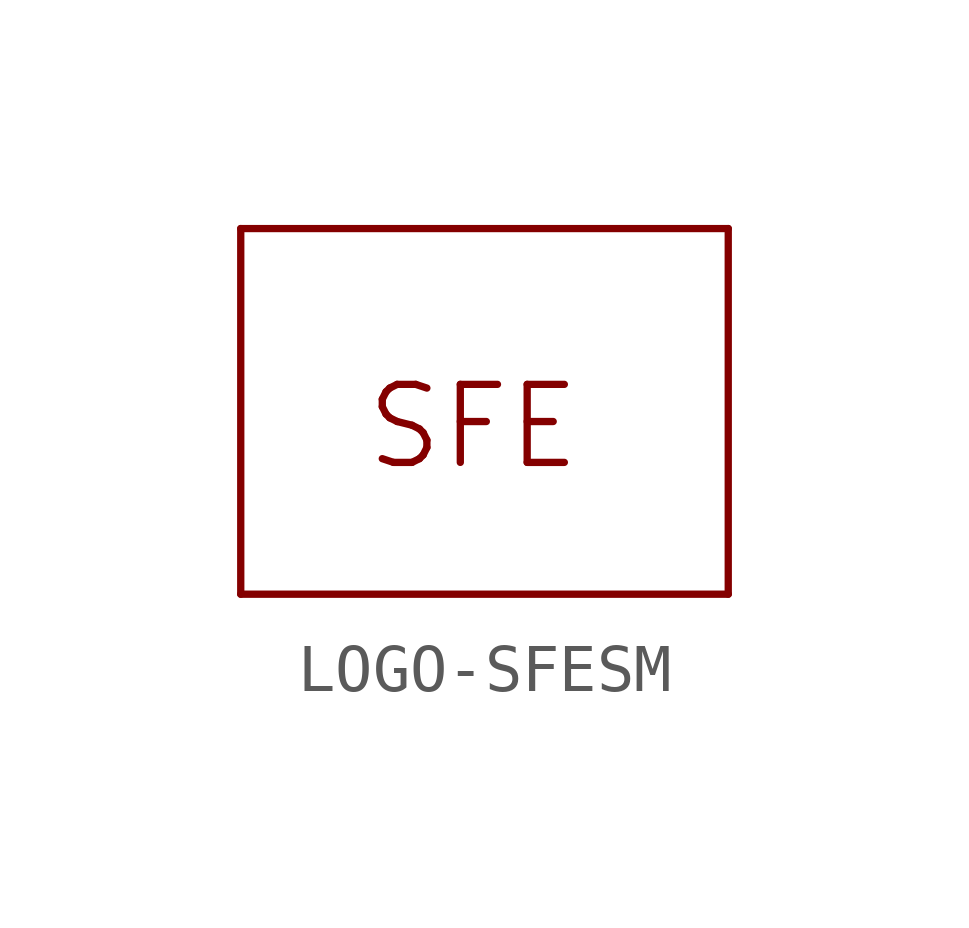
<source format=kicad_sym>
(kicad_symbol_lib
  (version 20211014)
  (generator kicad_symbol_editor)
  (symbol "LOGO-SFESM"
    (pin_names
      (offset 1.016))
    (property "Reference" "LOGO"
      (at 0 0 0)
      (effects (font (size 1.27 1.27)) hide))
    (property "ki_locked" ""
      (at 0 0 0)
      (effects (font (size 1.27 1.27))))
    (symbol "LOGO-SFESM_1_0"
      (polyline (pts (xy -2.54 -2.54) (xy 7.62 -2.54)) (stroke (width 0) (type default) (color 0 0 0 0)) (fill (type none)))
      (polyline (pts (xy -2.54 5.08) (xy -2.54 -2.54)) (stroke (width 0) (type default) (color 0 0 0 0)) (fill (type none)))
      (polyline (pts (xy 7.62 -2.54) (xy 7.62 5.08)) (stroke (width 0) (type default) (color 0 0 0 0)) (fill (type none)))
      (polyline (pts (xy 7.62 5.08) (xy -2.54 5.08)) (stroke (width 0) (type default) (color 0 0 0 0)) (fill (type none)))
      (text "SFE" (at 0 0 0) (effects (font (size 1.626 1.626)) (justify left bottom))))))
</source>
